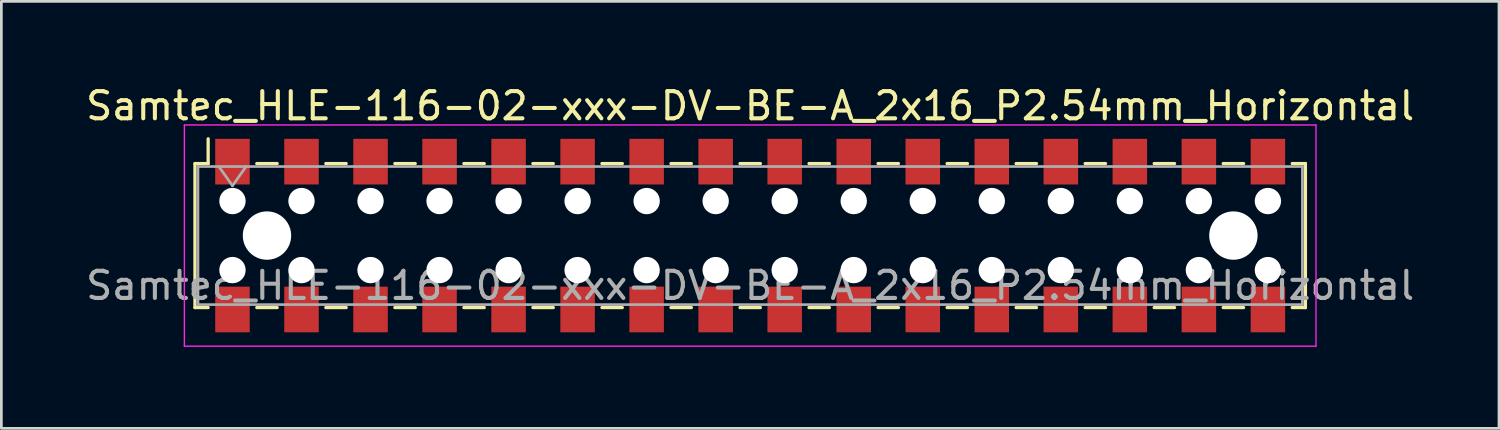
<source format=kicad_pcb>
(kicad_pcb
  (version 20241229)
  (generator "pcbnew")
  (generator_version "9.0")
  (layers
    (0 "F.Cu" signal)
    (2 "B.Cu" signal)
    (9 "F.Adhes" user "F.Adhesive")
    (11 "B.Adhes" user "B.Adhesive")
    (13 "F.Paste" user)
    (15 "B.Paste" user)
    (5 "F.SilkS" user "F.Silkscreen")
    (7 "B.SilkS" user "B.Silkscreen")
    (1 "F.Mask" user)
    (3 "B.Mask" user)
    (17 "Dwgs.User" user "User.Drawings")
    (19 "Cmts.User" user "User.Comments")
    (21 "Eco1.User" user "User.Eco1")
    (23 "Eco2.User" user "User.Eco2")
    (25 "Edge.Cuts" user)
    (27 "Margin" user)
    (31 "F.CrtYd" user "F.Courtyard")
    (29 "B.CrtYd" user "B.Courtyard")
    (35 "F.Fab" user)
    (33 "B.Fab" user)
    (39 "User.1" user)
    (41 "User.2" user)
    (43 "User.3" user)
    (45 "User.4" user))
  (footprint "Samtec_HLE-116-02-xxx-DV-BE-A_2x16_P2.54mm_Horizontal"
    (layer "F.Cu")
    (at 24.554 5.618)
    (property "Reference" "Samtec_HLE-116-02-xxx-DV-BE-A_2x16_P2.54mm_Horizontal" (at 0 -4.77 0) (layer "F.SilkS") (effects (font (size 1 1) (thickness 0.15))))
    (attr smd)
    (fp_line (start -20.43 -2.65) (end -20.43 2.65) (stroke (width 0.12) (type solid)) (layer "F.SilkS"))
    (fp_line (start -20.43 2.65) (end -19.945 2.65) (stroke (width 0.12) (type solid)) (layer "F.SilkS"))
    (fp_line (start -19.945 -3.56) (end -19.945 -2.65) (stroke (width 0.12) (type solid)) (layer "F.SilkS"))
    (fp_line (start -19.945 -2.65) (end -20.43 -2.65) (stroke (width 0.12) (type solid)) (layer "F.SilkS"))
    (fp_line (start -18.155 -2.65) (end -17.405 -2.65) (stroke (width 0.12) (type solid)) (layer "F.SilkS"))
    (fp_line (start -18.155 2.65) (end -17.405 2.65) (stroke (width 0.12) (type solid)) (layer "F.SilkS"))
    (fp_line (start -15.615 -2.65) (end -14.865 -2.65) (stroke (width 0.12) (type solid)) (layer "F.SilkS"))
    (fp_line (start -15.615 2.65) (end -14.865 2.65) (stroke (width 0.12) (type solid)) (layer "F.SilkS"))
    (fp_line (start -13.075 -2.65) (end -12.325 -2.65) (stroke (width 0.12) (type solid)) (layer "F.SilkS"))
    (fp_line (start -13.075 2.65) (end -12.325 2.65) (stroke (width 0.12) (type solid)) (layer "F.SilkS"))
    (fp_line (start -10.535 -2.65) (end -9.785 -2.65) (stroke (width 0.12) (type solid)) (layer "F.SilkS"))
    (fp_line (start -10.535 2.65) (end -9.785 2.65) (stroke (width 0.12) (type solid)) (layer "F.SilkS"))
    (fp_line (start -7.995 -2.65) (end -7.245 -2.65) (stroke (width 0.12) (type solid)) (layer "F.SilkS"))
    (fp_line (start -7.995 2.65) (end -7.245 2.65) (stroke (width 0.12) (type solid)) (layer "F.SilkS"))
    (fp_line (start -5.455 -2.65) (end -4.705 -2.65) (stroke (width 0.12) (type solid)) (layer "F.SilkS"))
    (fp_line (start -5.455 2.65) (end -4.705 2.65) (stroke (width 0.12) (type solid)) (layer "F.SilkS"))
    (fp_line (start -2.915 -2.65) (end -2.165 -2.65) (stroke (width 0.12) (type solid)) (layer "F.SilkS"))
    (fp_line (start -2.915 2.65) (end -2.165 2.65) (stroke (width 0.12) (type solid)) (layer "F.SilkS"))
    (fp_line (start -0.375 -2.65) (end 0.375 -2.65) (stroke (width 0.12) (type solid)) (layer "F.SilkS"))
    (fp_line (start -0.375 2.65) (end 0.375 2.65) (stroke (width 0.12) (type solid)) (layer "F.SilkS"))
    (fp_line (start 2.165 -2.65) (end 2.915 -2.65) (stroke (width 0.12) (type solid)) (layer "F.SilkS"))
    (fp_line (start 2.165 2.65) (end 2.915 2.65) (stroke (width 0.12) (type solid)) (layer "F.SilkS"))
    (fp_line (start 4.705 -2.65) (end 5.455 -2.65) (stroke (width 0.12) (type solid)) (layer "F.SilkS"))
    (fp_line (start 4.705 2.65) (end 5.455 2.65) (stroke (width 0.12) (type solid)) (layer "F.SilkS"))
    (fp_line (start 7.245 -2.65) (end 7.995 -2.65) (stroke (width 0.12) (type solid)) (layer "F.SilkS"))
    (fp_line (start 7.245 2.65) (end 7.995 2.65) (stroke (width 0.12) (type solid)) (layer "F.SilkS"))
    (fp_line (start 9.785 -2.65) (end 10.535 -2.65) (stroke (width 0.12) (type solid)) (layer "F.SilkS"))
    (fp_line (start 9.785 2.65) (end 10.535 2.65) (stroke (width 0.12) (type solid)) (layer "F.SilkS"))
    (fp_line (start 12.325 -2.65) (end 13.075 -2.65) (stroke (width 0.12) (type solid)) (layer "F.SilkS"))
    (fp_line (start 12.325 2.65) (end 13.075 2.65) (stroke (width 0.12) (type solid)) (layer "F.SilkS"))
    (fp_line (start 14.865 -2.65) (end 15.615 -2.65) (stroke (width 0.12) (type solid)) (layer "F.SilkS"))
    (fp_line (start 14.865 2.65) (end 15.615 2.65) (stroke (width 0.12) (type solid)) (layer "F.SilkS"))
    (fp_line (start 17.405 -2.65) (end 18.155 -2.65) (stroke (width 0.12) (type solid)) (layer "F.SilkS"))
    (fp_line (start 17.405 2.65) (end 18.155 2.65) (stroke (width 0.12) (type solid)) (layer "F.SilkS"))
    (fp_line (start 19.945 -2.65) (end 20.43 -2.65) (stroke (width 0.12) (type solid)) (layer "F.SilkS"))
    (fp_line (start 20.43 -2.65) (end 20.43 2.65) (stroke (width 0.12) (type solid)) (layer "F.SilkS"))
    (fp_line (start 20.43 2.65) (end 19.945 2.65) (stroke (width 0.12) (type solid)) (layer "F.SilkS"))
    (fp_line (start -20.82 -4.07) (end 20.82 -4.07) (stroke (width 0.05) (type solid)) (layer "F.CrtYd"))
    (fp_line (start -20.82 4.07) (end -20.82 -4.07) (stroke (width 0.05) (type solid)) (layer "F.CrtYd"))
    (fp_line (start 20.82 -4.07) (end 20.82 4.07) (stroke (width 0.05) (type solid)) (layer "F.CrtYd"))
    (fp_line (start 20.82 4.07) (end -20.82 4.07) (stroke (width 0.05) (type solid)) (layer "F.CrtYd"))
    (fp_line (start -20.32 -2.54) (end 20.32 -2.54) (stroke (width 0.1) (type solid)) (layer "F.Fab"))
    (fp_line (start -20.32 2.54) (end -20.32 -2.54) (stroke (width 0.1) (type solid)) (layer "F.Fab"))
    (fp_line (start -19.55 -2.54) (end -19.05 -1.833) (stroke (width 0.1) (type solid)) (layer "F.Fab"))
    (fp_line (start -19.05 -1.833) (end -18.55 -2.54) (stroke (width 0.1) (type solid)) (layer "F.Fab"))
    (fp_line (start 20.32 -2.54) (end 20.32 2.54) (stroke (width 0.1) (type solid)) (layer "F.Fab"))
    (fp_line (start 20.32 2.54) (end -20.32 2.54) (stroke (width 0.1) (type solid)) (layer "F.Fab"))
    (fp_text user "${REFERENCE}" (at 0 1.84 0) (layer "F.Fab") (effects (font (size 1 1) (thickness 0.15))))
    (pad "" np_thru_hole circle (at -19.05 -1.27) (size 0.97 0.97) (drill 0.97) (layers "*.Cu" "*.Mask"))
    (pad "" np_thru_hole circle (at -19.05 1.27) (size 0.97 0.97) (drill 0.97) (layers "*.Cu" "*.Mask"))
    (pad "" np_thru_hole circle (at -17.78 0) (size 1.78 1.78) (drill 1.78) (layers "*.Cu" "*.Mask"))
    (pad "" np_thru_hole circle (at -16.51 -1.27) (size 0.97 0.97) (drill 0.97) (layers "*.Cu" "*.Mask"))
    (pad "" np_thru_hole circle (at -16.51 1.27) (size 0.97 0.97) (drill 0.97) (layers "*.Cu" "*.Mask"))
    (pad "" np_thru_hole circle (at -13.97 -1.27) (size 0.97 0.97) (drill 0.97) (layers "*.Cu" "*.Mask"))
    (pad "" np_thru_hole circle (at -13.97 1.27) (size 0.97 0.97) (drill 0.97) (layers "*.Cu" "*.Mask"))
    (pad "" np_thru_hole circle (at -11.43 -1.27) (size 0.97 0.97) (drill 0.97) (layers "*.Cu" "*.Mask"))
    (pad "" np_thru_hole circle (at -11.43 1.27) (size 0.97 0.97) (drill 0.97) (layers "*.Cu" "*.Mask"))
    (pad "" np_thru_hole circle (at -8.89 -1.27) (size 0.97 0.97) (drill 0.97) (layers "*.Cu" "*.Mask"))
    (pad "" np_thru_hole circle (at -8.89 1.27) (size 0.97 0.97) (drill 0.97) (layers "*.Cu" "*.Mask"))
    (pad "" np_thru_hole circle (at -6.35 -1.27) (size 0.97 0.97) (drill 0.97) (layers "*.Cu" "*.Mask"))
    (pad "" np_thru_hole circle (at -6.35 1.27) (size 0.97 0.97) (drill 0.97) (layers "*.Cu" "*.Mask"))
    (pad "" np_thru_hole circle (at -3.81 -1.27) (size 0.97 0.97) (drill 0.97) (layers "*.Cu" "*.Mask"))
    (pad "" np_thru_hole circle (at -3.81 1.27) (size 0.97 0.97) (drill 0.97) (layers "*.Cu" "*.Mask"))
    (pad "" np_thru_hole circle (at -1.27 -1.27) (size 0.97 0.97) (drill 0.97) (layers "*.Cu" "*.Mask"))
    (pad "" np_thru_hole circle (at -1.27 1.27) (size 0.97 0.97) (drill 0.97) (layers "*.Cu" "*.Mask"))
    (pad "" np_thru_hole circle (at 1.27 -1.27) (size 0.97 0.97) (drill 0.97) (layers "*.Cu" "*.Mask"))
    (pad "" np_thru_hole circle (at 1.27 1.27) (size 0.97 0.97) (drill 0.97) (layers "*.Cu" "*.Mask"))
    (pad "" np_thru_hole circle (at 3.81 -1.27) (size 0.97 0.97) (drill 0.97) (layers "*.Cu" "*.Mask"))
    (pad "" np_thru_hole circle (at 3.81 1.27) (size 0.97 0.97) (drill 0.97) (layers "*.Cu" "*.Mask"))
    (pad "" np_thru_hole circle (at 6.35 -1.27) (size 0.97 0.97) (drill 0.97) (layers "*.Cu" "*.Mask"))
    (pad "" np_thru_hole circle (at 6.35 1.27) (size 0.97 0.97) (drill 0.97) (layers "*.Cu" "*.Mask"))
    (pad "" np_thru_hole circle (at 8.89 -1.27) (size 0.97 0.97) (drill 0.97) (layers "*.Cu" "*.Mask"))
    (pad "" np_thru_hole circle (at 8.89 1.27) (size 0.97 0.97) (drill 0.97) (layers "*.Cu" "*.Mask"))
    (pad "" np_thru_hole circle (at 11.43 -1.27) (size 0.97 0.97) (drill 0.97) (layers "*.Cu" "*.Mask"))
    (pad "" np_thru_hole circle (at 11.43 1.27) (size 0.97 0.97) (drill 0.97) (layers "*.Cu" "*.Mask"))
    (pad "" np_thru_hole circle (at 13.97 -1.27) (size 0.97 0.97) (drill 0.97) (layers "*.Cu" "*.Mask"))
    (pad "" np_thru_hole circle (at 13.97 1.27) (size 0.97 0.97) (drill 0.97) (layers "*.Cu" "*.Mask"))
    (pad "" np_thru_hole circle (at 16.51 -1.27) (size 0.97 0.97) (drill 0.97) (layers "*.Cu" "*.Mask"))
    (pad "" np_thru_hole circle (at 16.51 1.27) (size 0.97 0.97) (drill 0.97) (layers "*.Cu" "*.Mask"))
    (pad "" np_thru_hole circle (at 17.78 0) (size 1.78 1.78) (drill 1.78) (layers "*.Cu" "*.Mask"))
    (pad "" np_thru_hole circle (at 19.05 -1.27) (size 0.97 0.97) (drill 0.97) (layers "*.Cu" "*.Mask"))
    (pad "" np_thru_hole circle (at 19.05 1.27) (size 0.97 0.97) (drill 0.97) (layers "*.Cu" "*.Mask"))
    (pad "1" smd rect (at -19.05 -2.72) (size 1.27 1.68) (layers "F.Cu" "F.Mask" "F.Paste"))
    (pad "2" smd rect (at -19.05 2.72) (size 1.27 1.68) (layers "F.Cu" "F.Mask" "F.Paste"))
    (pad "3" smd rect (at -16.51 -2.72) (size 1.27 1.68) (layers "F.Cu" "F.Mask" "F.Paste"))
    (pad "4" smd rect (at -16.51 2.72) (size 1.27 1.68) (layers "F.Cu" "F.Mask" "F.Paste"))
    (pad "5" smd rect (at -13.97 -2.72) (size 1.27 1.68) (layers "F.Cu" "F.Mask" "F.Paste"))
    (pad "6" smd rect (at -13.97 2.72) (size 1.27 1.68) (layers "F.Cu" "F.Mask" "F.Paste"))
    (pad "7" smd rect (at -11.43 -2.72) (size 1.27 1.68) (layers "F.Cu" "F.Mask" "F.Paste"))
    (pad "8" smd rect (at -11.43 2.72) (size 1.27 1.68) (layers "F.Cu" "F.Mask" "F.Paste"))
    (pad "9" smd rect (at -8.89 -2.72) (size 1.27 1.68) (layers "F.Cu" "F.Mask" "F.Paste"))
    (pad "10" smd rect (at -8.89 2.72) (size 1.27 1.68) (layers "F.Cu" "F.Mask" "F.Paste"))
    (pad "11" smd rect (at -6.35 -2.72) (size 1.27 1.68) (layers "F.Cu" "F.Mask" "F.Paste"))
    (pad "12" smd rect (at -6.35 2.72) (size 1.27 1.68) (layers "F.Cu" "F.Mask" "F.Paste"))
    (pad "13" smd rect (at -3.81 -2.72) (size 1.27 1.68) (layers "F.Cu" "F.Mask" "F.Paste"))
    (pad "14" smd rect (at -3.81 2.72) (size 1.27 1.68) (layers "F.Cu" "F.Mask" "F.Paste"))
    (pad "15" smd rect (at -1.27 -2.72) (size 1.27 1.68) (layers "F.Cu" "F.Mask" "F.Paste"))
    (pad "16" smd rect (at -1.27 2.72) (size 1.27 1.68) (layers "F.Cu" "F.Mask" "F.Paste"))
    (pad "17" smd rect (at 1.27 -2.72) (size 1.27 1.68) (layers "F.Cu" "F.Mask" "F.Paste"))
    (pad "18" smd rect (at 1.27 2.72) (size 1.27 1.68) (layers "F.Cu" "F.Mask" "F.Paste"))
    (pad "19" smd rect (at 3.81 -2.72) (size 1.27 1.68) (layers "F.Cu" "F.Mask" "F.Paste"))
    (pad "20" smd rect (at 3.81 2.72) (size 1.27 1.68) (layers "F.Cu" "F.Mask" "F.Paste"))
    (pad "21" smd rect (at 6.35 -2.72) (size 1.27 1.68) (layers "F.Cu" "F.Mask" "F.Paste"))
    (pad "22" smd rect (at 6.35 2.72) (size 1.27 1.68) (layers "F.Cu" "F.Mask" "F.Paste"))
    (pad "23" smd rect (at 8.89 -2.72) (size 1.27 1.68) (layers "F.Cu" "F.Mask" "F.Paste"))
    (pad "24" smd rect (at 8.89 2.72) (size 1.27 1.68) (layers "F.Cu" "F.Mask" "F.Paste"))
    (pad "25" smd rect (at 11.43 -2.72) (size 1.27 1.68) (layers "F.Cu" "F.Mask" "F.Paste"))
    (pad "26" smd rect (at 11.43 2.72) (size 1.27 1.68) (layers "F.Cu" "F.Mask" "F.Paste"))
    (pad "27" smd rect (at 13.97 -2.72) (size 1.27 1.68) (layers "F.Cu" "F.Mask" "F.Paste"))
    (pad "28" smd rect (at 13.97 2.72) (size 1.27 1.68) (layers "F.Cu" "F.Mask" "F.Paste"))
    (pad "29" smd rect (at 16.51 -2.72) (size 1.27 1.68) (layers "F.Cu" "F.Mask" "F.Paste"))
    (pad "30" smd rect (at 16.51 2.72) (size 1.27 1.68) (layers "F.Cu" "F.Mask" "F.Paste"))
    (pad "31" smd rect (at 19.05 -2.72) (size 1.27 1.68) (layers "F.Cu" "F.Mask" "F.Paste"))
    (pad "32" smd rect (at 19.05 2.72) (size 1.27 1.68) (layers "F.Cu" "F.Mask" "F.Paste")))
  (gr_rect
    (start -3 -3)
    (end 52.107 12.713)
    (stroke (width 0.1) (type default))
    (fill no)
    (layer "Edge.Cuts")))
</source>
